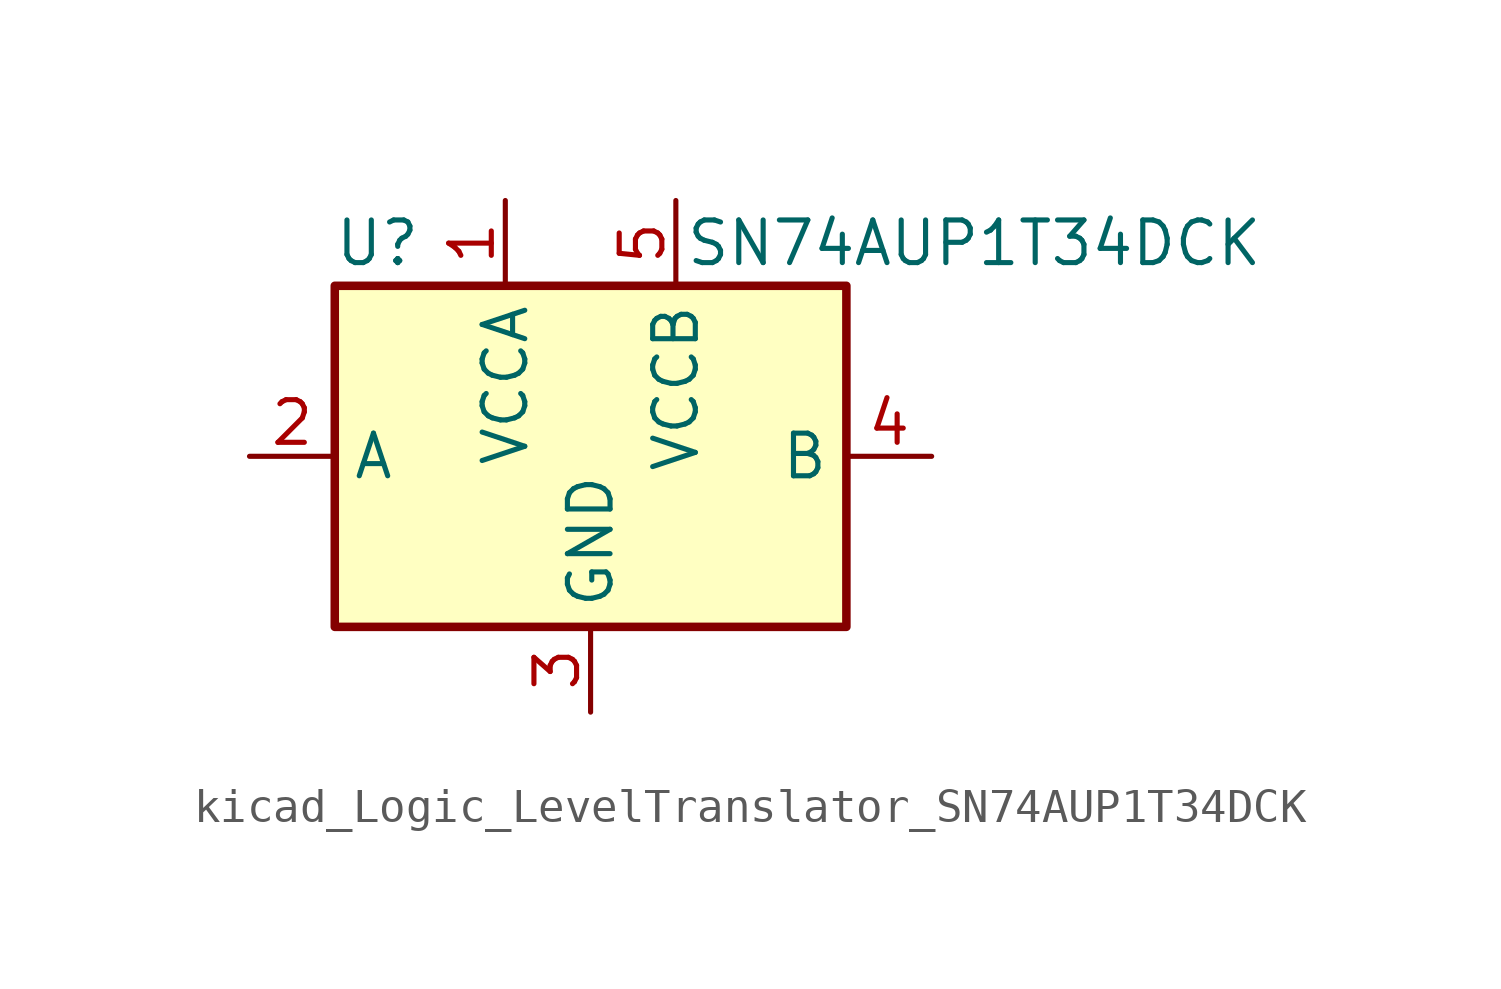
<source format=kicad_sym>
(kicad_symbol_lib
  (version 20220914)
  (generator kicad_symbol_editor)
  (symbol "kicad_Logic_LevelTranslator_SN74AUP1T34DCK"
    (property "Reference" "U"
      (at -6.35 6.35 0)
      (effects (font (size 1.27 1.27))))
    (property "Value" "SN74AUP1T34DCK"
      (at 11.43 6.35 0)
      (effects (font (size 1.27 1.27))))
    (symbol "kicad_Logic_LevelTranslator_SN74AUP1T34DCK_0_1"
      (rectangle (start -7.62 -5.08) (end 7.62 5.08) (stroke (width 0.254) (type default)) (fill (type background)))
      (pin power_in line (at -2.54 7.62 270) (length 2.54) (name "VCCA" (effects (font (size 1.27 1.27)))) (number "1" (effects (font (size 1.27 1.27)))))
      (pin input line (at -10.16 0 0) (length 2.54) (name "A" (effects (font (size 1.27 1.27)))) (number "2" (effects (font (size 1.27 1.27)))))
      (pin power_in line (at 0 -7.62 90) (length 2.54) (name "GND" (effects (font (size 1.27 1.27)))) (number "3" (effects (font (size 1.27 1.27)))))
      (pin output line (at 10.16 0 180) (length 2.54) (name "B" (effects (font (size 1.27 1.27)))) (number "4" (effects (font (size 1.27 1.27)))))
      (pin power_in line (at 2.54 7.62 270) (length 2.54) (name "VCCB" (effects (font (size 1.27 1.27)))) (number "5" (effects (font (size 1.27 1.27))))))))
</source>
